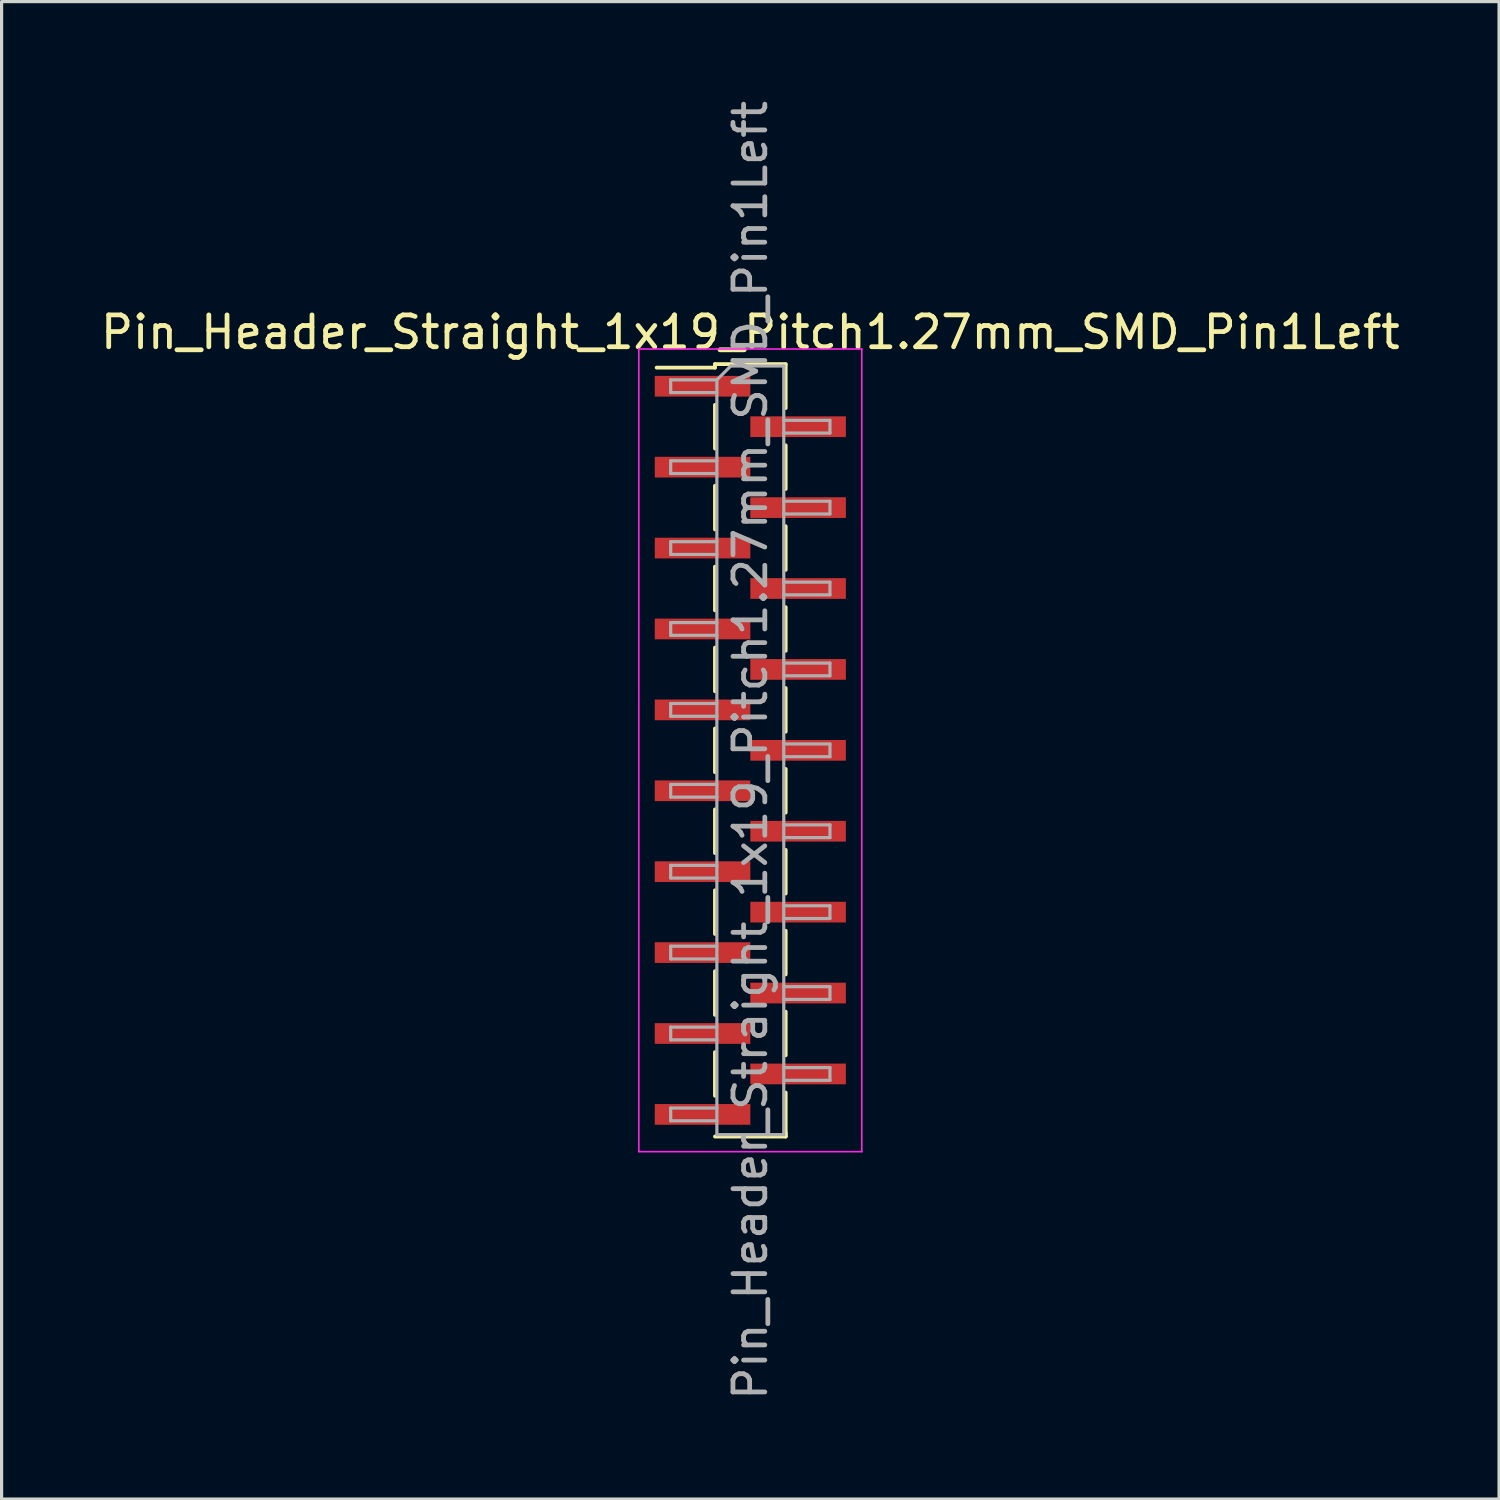
<source format=kicad_pcb>
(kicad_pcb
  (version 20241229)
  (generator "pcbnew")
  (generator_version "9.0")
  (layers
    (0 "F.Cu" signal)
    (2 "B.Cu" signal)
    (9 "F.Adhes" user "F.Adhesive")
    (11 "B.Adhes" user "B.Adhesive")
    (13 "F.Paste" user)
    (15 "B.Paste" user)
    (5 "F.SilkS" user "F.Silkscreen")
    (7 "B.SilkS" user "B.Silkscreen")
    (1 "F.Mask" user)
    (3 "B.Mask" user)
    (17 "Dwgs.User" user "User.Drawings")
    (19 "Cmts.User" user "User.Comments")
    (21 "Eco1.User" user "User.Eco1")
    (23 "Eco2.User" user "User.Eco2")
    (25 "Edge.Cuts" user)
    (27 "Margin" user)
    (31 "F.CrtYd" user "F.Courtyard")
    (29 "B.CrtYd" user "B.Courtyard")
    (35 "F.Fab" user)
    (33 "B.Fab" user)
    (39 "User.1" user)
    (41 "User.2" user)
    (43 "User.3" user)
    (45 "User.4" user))
  (footprint "Pin_Header_Straight_1x19_Pitch1.27mm_SMD_Pin1Left"
    (layer "F.Cu")
    (at 20.506 20.506)
    (property "Reference" "Pin_Header_Straight_1x19_Pitch1.27mm_SMD_Pin1Left" (at 0 -13.125 0) (layer "F.SilkS") (effects (font (size 1 1) (thickness 0.15))))
    (attr smd)
    (fp_line (start -1.11 -12.125) (end -1.11 -12.015) (stroke (width 0.12) (type solid)) (layer "F.SilkS"))
    (fp_line (start -1.11 -12.125) (end 1.11 -12.125) (stroke (width 0.12) (type solid)) (layer "F.SilkS"))
    (fp_line (start -1.11 -12.015) (end -2.94 -12.015) (stroke (width 0.12) (type solid)) (layer "F.SilkS"))
    (fp_line (start -1.11 -10.845) (end -1.11 -9.475) (stroke (width 0.12) (type solid)) (layer "F.SilkS"))
    (fp_line (start -1.11 -8.305) (end -1.11 -6.935) (stroke (width 0.12) (type solid)) (layer "F.SilkS"))
    (fp_line (start -1.11 -5.765) (end -1.11 -4.395) (stroke (width 0.12) (type solid)) (layer "F.SilkS"))
    (fp_line (start -1.11 -3.225) (end -1.11 -1.855) (stroke (width 0.12) (type solid)) (layer "F.SilkS"))
    (fp_line (start -1.11 -0.685) (end -1.11 0.685) (stroke (width 0.12) (type solid)) (layer "F.SilkS"))
    (fp_line (start -1.11 1.855) (end -1.11 3.225) (stroke (width 0.12) (type solid)) (layer "F.SilkS"))
    (fp_line (start -1.11 4.395) (end -1.11 5.765) (stroke (width 0.12) (type solid)) (layer "F.SilkS"))
    (fp_line (start -1.11 6.935) (end -1.11 8.305) (stroke (width 0.12) (type solid)) (layer "F.SilkS"))
    (fp_line (start -1.11 9.475) (end -1.11 10.845) (stroke (width 0.12) (type solid)) (layer "F.SilkS"))
    (fp_line (start -1.11 12.125) (end 1.11 12.125) (stroke (width 0.12) (type solid)) (layer "F.SilkS"))
    (fp_line (start 1.11 -12.115) (end 1.11 -10.745) (stroke (width 0.12) (type solid)) (layer "F.SilkS"))
    (fp_line (start 1.11 -9.575) (end 1.11 -8.205) (stroke (width 0.12) (type solid)) (layer "F.SilkS"))
    (fp_line (start 1.11 -7.035) (end 1.11 -5.665) (stroke (width 0.12) (type solid)) (layer "F.SilkS"))
    (fp_line (start 1.11 -4.495) (end 1.11 -3.125) (stroke (width 0.12) (type solid)) (layer "F.SilkS"))
    (fp_line (start 1.11 -1.955) (end 1.11 -0.585) (stroke (width 0.12) (type solid)) (layer "F.SilkS"))
    (fp_line (start 1.11 0.585) (end 1.11 1.955) (stroke (width 0.12) (type solid)) (layer "F.SilkS"))
    (fp_line (start 1.11 3.125) (end 1.11 4.495) (stroke (width 0.12) (type solid)) (layer "F.SilkS"))
    (fp_line (start 1.11 5.665) (end 1.11 7.035) (stroke (width 0.12) (type solid)) (layer "F.SilkS"))
    (fp_line (start 1.11 8.205) (end 1.11 9.575) (stroke (width 0.12) (type solid)) (layer "F.SilkS"))
    (fp_line (start 1.11 10.745) (end 1.11 12.115) (stroke (width 0.12) (type solid)) (layer "F.SilkS"))
    (fp_line (start 1.11 12.015) (end 1.11 12.125) (stroke (width 0.12) (type solid)) (layer "F.SilkS"))
    (fp_line (start -3.5 -12.6) (end -3.5 12.6) (stroke (width 0.05) (type solid)) (layer "F.CrtYd"))
    (fp_line (start -3.5 12.6) (end 3.5 12.6) (stroke (width 0.05) (type solid)) (layer "F.CrtYd"))
    (fp_line (start 3.5 -12.6) (end -3.5 -12.6) (stroke (width 0.05) (type solid)) (layer "F.CrtYd"))
    (fp_line (start 3.5 12.6) (end 3.5 -12.6) (stroke (width 0.05) (type solid)) (layer "F.CrtYd"))
    (fp_line (start -2.5 -11.63) (end -2.5 -11.23) (stroke (width 0.1) (type solid)) (layer "F.Fab"))
    (fp_line (start -2.5 -11.23) (end -1.05 -11.23) (stroke (width 0.1) (type solid)) (layer "F.Fab"))
    (fp_line (start -2.5 -9.09) (end -2.5 -8.69) (stroke (width 0.1) (type solid)) (layer "F.Fab"))
    (fp_line (start -2.5 -8.69) (end -1.05 -8.69) (stroke (width 0.1) (type solid)) (layer "F.Fab"))
    (fp_line (start -2.5 -6.55) (end -2.5 -6.15) (stroke (width 0.1) (type solid)) (layer "F.Fab"))
    (fp_line (start -2.5 -6.15) (end -1.05 -6.15) (stroke (width 0.1) (type solid)) (layer "F.Fab"))
    (fp_line (start -2.5 -4.01) (end -2.5 -3.61) (stroke (width 0.1) (type solid)) (layer "F.Fab"))
    (fp_line (start -2.5 -3.61) (end -1.05 -3.61) (stroke (width 0.1) (type solid)) (layer "F.Fab"))
    (fp_line (start -2.5 -1.47) (end -2.5 -1.07) (stroke (width 0.1) (type solid)) (layer "F.Fab"))
    (fp_line (start -2.5 -1.07) (end -1.05 -1.07) (stroke (width 0.1) (type solid)) (layer "F.Fab"))
    (fp_line (start -2.5 1.07) (end -2.5 1.47) (stroke (width 0.1) (type solid)) (layer "F.Fab"))
    (fp_line (start -2.5 1.47) (end -1.05 1.47) (stroke (width 0.1) (type solid)) (layer "F.Fab"))
    (fp_line (start -2.5 3.61) (end -2.5 4.01) (stroke (width 0.1) (type solid)) (layer "F.Fab"))
    (fp_line (start -2.5 4.01) (end -1.05 4.01) (stroke (width 0.1) (type solid)) (layer "F.Fab"))
    (fp_line (start -2.5 6.15) (end -2.5 6.55) (stroke (width 0.1) (type solid)) (layer "F.Fab"))
    (fp_line (start -2.5 6.55) (end -1.05 6.55) (stroke (width 0.1) (type solid)) (layer "F.Fab"))
    (fp_line (start -2.5 8.69) (end -2.5 9.09) (stroke (width 0.1) (type solid)) (layer "F.Fab"))
    (fp_line (start -2.5 9.09) (end -1.05 9.09) (stroke (width 0.1) (type solid)) (layer "F.Fab"))
    (fp_line (start -2.5 11.23) (end -2.5 11.63) (stroke (width 0.1) (type solid)) (layer "F.Fab"))
    (fp_line (start -2.5 11.63) (end -1.05 11.63) (stroke (width 0.1) (type solid)) (layer "F.Fab"))
    (fp_line (start -1.05 -11.63) (end -2.5 -11.63) (stroke (width 0.1) (type solid)) (layer "F.Fab"))
    (fp_line (start -1.05 -11.63) (end -0.615 -12.065) (stroke (width 0.1) (type solid)) (layer "F.Fab"))
    (fp_line (start -1.05 -9.09) (end -2.5 -9.09) (stroke (width 0.1) (type solid)) (layer "F.Fab"))
    (fp_line (start -1.05 -6.55) (end -2.5 -6.55) (stroke (width 0.1) (type solid)) (layer "F.Fab"))
    (fp_line (start -1.05 -4.01) (end -2.5 -4.01) (stroke (width 0.1) (type solid)) (layer "F.Fab"))
    (fp_line (start -1.05 -1.47) (end -2.5 -1.47) (stroke (width 0.1) (type solid)) (layer "F.Fab"))
    (fp_line (start -1.05 1.07) (end -2.5 1.07) (stroke (width 0.1) (type solid)) (layer "F.Fab"))
    (fp_line (start -1.05 3.61) (end -2.5 3.61) (stroke (width 0.1) (type solid)) (layer "F.Fab"))
    (fp_line (start -1.05 6.15) (end -2.5 6.15) (stroke (width 0.1) (type solid)) (layer "F.Fab"))
    (fp_line (start -1.05 8.69) (end -2.5 8.69) (stroke (width 0.1) (type solid)) (layer "F.Fab"))
    (fp_line (start -1.05 11.23) (end -2.5 11.23) (stroke (width 0.1) (type solid)) (layer "F.Fab"))
    (fp_line (start -1.05 12.065) (end -1.05 -11.63) (stroke (width 0.1) (type solid)) (layer "F.Fab"))
    (fp_line (start -0.615 -12.065) (end 1.05 -12.065) (stroke (width 0.1) (type solid)) (layer "F.Fab"))
    (fp_line (start 1.05 -12.065) (end 1.05 12.065) (stroke (width 0.1) (type solid)) (layer "F.Fab"))
    (fp_line (start 1.05 -10.36) (end 2.5 -10.36) (stroke (width 0.1) (type solid)) (layer "F.Fab"))
    (fp_line (start 1.05 -7.82) (end 2.5 -7.82) (stroke (width 0.1) (type solid)) (layer "F.Fab"))
    (fp_line (start 1.05 -5.28) (end 2.5 -5.28) (stroke (width 0.1) (type solid)) (layer "F.Fab"))
    (fp_line (start 1.05 -2.74) (end 2.5 -2.74) (stroke (width 0.1) (type solid)) (layer "F.Fab"))
    (fp_line (start 1.05 -0.2) (end 2.5 -0.2) (stroke (width 0.1) (type solid)) (layer "F.Fab"))
    (fp_line (start 1.05 2.34) (end 2.5 2.34) (stroke (width 0.1) (type solid)) (layer "F.Fab"))
    (fp_line (start 1.05 4.88) (end 2.5 4.88) (stroke (width 0.1) (type solid)) (layer "F.Fab"))
    (fp_line (start 1.05 7.42) (end 2.5 7.42) (stroke (width 0.1) (type solid)) (layer "F.Fab"))
    (fp_line (start 1.05 9.96) (end 2.5 9.96) (stroke (width 0.1) (type solid)) (layer "F.Fab"))
    (fp_line (start 1.05 12.065) (end -1.05 12.065) (stroke (width 0.1) (type solid)) (layer "F.Fab"))
    (fp_line (start 2.5 -10.36) (end 2.5 -9.96) (stroke (width 0.1) (type solid)) (layer "F.Fab"))
    (fp_line (start 2.5 -9.96) (end 1.05 -9.96) (stroke (width 0.1) (type solid)) (layer "F.Fab"))
    (fp_line (start 2.5 -7.82) (end 2.5 -7.42) (stroke (width 0.1) (type solid)) (layer "F.Fab"))
    (fp_line (start 2.5 -7.42) (end 1.05 -7.42) (stroke (width 0.1) (type solid)) (layer "F.Fab"))
    (fp_line (start 2.5 -5.28) (end 2.5 -4.88) (stroke (width 0.1) (type solid)) (layer "F.Fab"))
    (fp_line (start 2.5 -4.88) (end 1.05 -4.88) (stroke (width 0.1) (type solid)) (layer "F.Fab"))
    (fp_line (start 2.5 -2.74) (end 2.5 -2.34) (stroke (width 0.1) (type solid)) (layer "F.Fab"))
    (fp_line (start 2.5 -2.34) (end 1.05 -2.34) (stroke (width 0.1) (type solid)) (layer "F.Fab"))
    (fp_line (start 2.5 -0.2) (end 2.5 0.2) (stroke (width 0.1) (type solid)) (layer "F.Fab"))
    (fp_line (start 2.5 0.2) (end 1.05 0.2) (stroke (width 0.1) (type solid)) (layer "F.Fab"))
    (fp_line (start 2.5 2.34) (end 2.5 2.74) (stroke (width 0.1) (type solid)) (layer "F.Fab"))
    (fp_line (start 2.5 2.74) (end 1.05 2.74) (stroke (width 0.1) (type solid)) (layer "F.Fab"))
    (fp_line (start 2.5 4.88) (end 2.5 5.28) (stroke (width 0.1) (type solid)) (layer "F.Fab"))
    (fp_line (start 2.5 5.28) (end 1.05 5.28) (stroke (width 0.1) (type solid)) (layer "F.Fab"))
    (fp_line (start 2.5 7.42) (end 2.5 7.82) (stroke (width 0.1) (type solid)) (layer "F.Fab"))
    (fp_line (start 2.5 7.82) (end 1.05 7.82) (stroke (width 0.1) (type solid)) (layer "F.Fab"))
    (fp_line (start 2.5 9.96) (end 2.5 10.36) (stroke (width 0.1) (type solid)) (layer "F.Fab"))
    (fp_line (start 2.5 10.36) (end 1.05 10.36) (stroke (width 0.1) (type solid)) (layer "F.Fab"))
    (fp_text user "${REFERENCE}" (at 0 0 90) (layer "F.Fab") (effects (font (size 1 1) (thickness 0.15))))
    (pad "1" smd rect (at -1.5 -11.43) (size 3 0.65) (layers "F.Cu" "F.Mask" "F.Paste"))
    (pad "2" smd rect (at 1.5 -10.16) (size 3 0.65) (layers "F.Cu" "F.Mask" "F.Paste"))
    (pad "3" smd rect (at -1.5 -8.89) (size 3 0.65) (layers "F.Cu" "F.Mask" "F.Paste"))
    (pad "4" smd rect (at 1.5 -7.62) (size 3 0.65) (layers "F.Cu" "F.Mask" "F.Paste"))
    (pad "5" smd rect (at -1.5 -6.35) (size 3 0.65) (layers "F.Cu" "F.Mask" "F.Paste"))
    (pad "6" smd rect (at 1.5 -5.08) (size 3 0.65) (layers "F.Cu" "F.Mask" "F.Paste"))
    (pad "7" smd rect (at -1.5 -3.81) (size 3 0.65) (layers "F.Cu" "F.Mask" "F.Paste"))
    (pad "8" smd rect (at 1.5 -2.54) (size 3 0.65) (layers "F.Cu" "F.Mask" "F.Paste"))
    (pad "9" smd rect (at -1.5 -1.27) (size 3 0.65) (layers "F.Cu" "F.Mask" "F.Paste"))
    (pad "10" smd rect (at 1.5 0) (size 3 0.65) (layers "F.Cu" "F.Mask" "F.Paste"))
    (pad "11" smd rect (at -1.5 1.27) (size 3 0.65) (layers "F.Cu" "F.Mask" "F.Paste"))
    (pad "12" smd rect (at 1.5 2.54) (size 3 0.65) (layers "F.Cu" "F.Mask" "F.Paste"))
    (pad "13" smd rect (at -1.5 3.81) (size 3 0.65) (layers "F.Cu" "F.Mask" "F.Paste"))
    (pad "14" smd rect (at 1.5 5.08) (size 3 0.65) (layers "F.Cu" "F.Mask" "F.Paste"))
    (pad "15" smd rect (at -1.5 6.35) (size 3 0.65) (layers "F.Cu" "F.Mask" "F.Paste"))
    (pad "16" smd rect (at 1.5 7.62) (size 3 0.65) (layers "F.Cu" "F.Mask" "F.Paste"))
    (pad "17" smd rect (at -1.5 8.89) (size 3 0.65) (layers "F.Cu" "F.Mask" "F.Paste"))
    (pad "18" smd rect (at 1.5 10.16) (size 3 0.65) (layers "F.Cu" "F.Mask" "F.Paste"))
    (pad "19" smd rect (at -1.5 11.43) (size 3 0.65) (layers "F.Cu" "F.Mask" "F.Paste")))
  (gr_rect
    (start -3 -3)
    (end 44.012 44.012)
    (stroke (width 0.1) (type default))
    (fill no)
    (layer "Edge.Cuts")))
</source>
